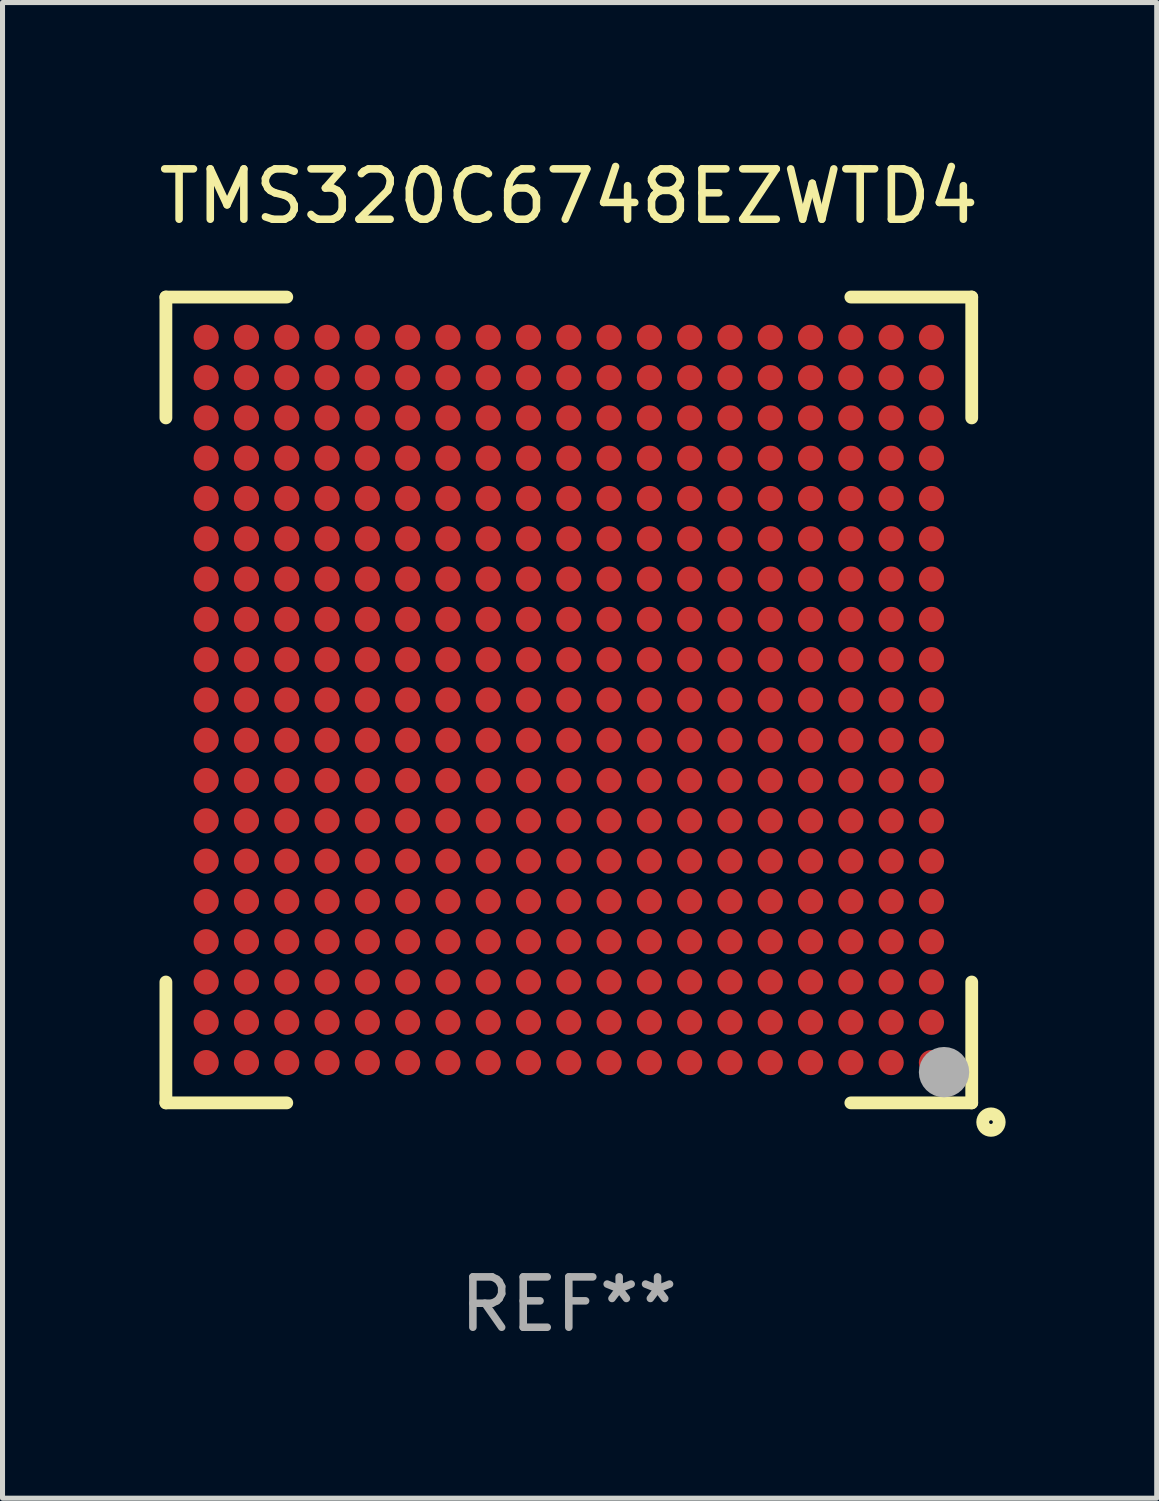
<source format=kicad_pcb>
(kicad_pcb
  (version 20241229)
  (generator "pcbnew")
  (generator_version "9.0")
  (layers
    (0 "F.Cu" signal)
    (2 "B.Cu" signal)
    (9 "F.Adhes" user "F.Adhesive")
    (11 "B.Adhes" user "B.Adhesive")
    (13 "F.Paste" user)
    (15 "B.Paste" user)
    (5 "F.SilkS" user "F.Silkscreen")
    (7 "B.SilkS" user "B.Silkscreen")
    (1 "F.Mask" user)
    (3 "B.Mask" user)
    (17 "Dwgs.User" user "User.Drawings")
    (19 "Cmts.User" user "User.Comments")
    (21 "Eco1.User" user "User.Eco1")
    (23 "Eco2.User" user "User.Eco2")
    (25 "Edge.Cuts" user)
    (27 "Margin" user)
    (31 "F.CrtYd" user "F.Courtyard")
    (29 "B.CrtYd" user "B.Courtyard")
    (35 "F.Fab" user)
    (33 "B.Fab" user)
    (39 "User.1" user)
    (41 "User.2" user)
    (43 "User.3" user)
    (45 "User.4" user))
  (footprint "TMS320C6748EZWTD4"
    (layer "F.Cu")
    (at 8.244 10.848)
    (property "Reference" "TMS320C6748EZWTD4" (at 0 -10 0) (layer "F.SilkS") (effects (font (size 1 1) (thickness 0.15))))
    (attr through_hole)
    (fp_line (start -8 -8) (end -5.6 -8) (stroke (width 0.254) (type solid)) (layer "F.SilkS"))
    (fp_line (start -8 -5.6) (end -8 -8) (stroke (width 0.254) (type solid)) (layer "F.SilkS"))
    (fp_line (start -8 8) (end -8 5.6) (stroke (width 0.254) (type solid)) (layer "F.SilkS"))
    (fp_line (start -5.6 8) (end -8 8) (stroke (width 0.254) (type solid)) (layer "F.SilkS"))
    (fp_line (start 5.6 -8) (end 8 -8) (stroke (width 0.254) (type solid)) (layer "F.SilkS"))
    (fp_line (start 8 -8) (end 8 -5.6) (stroke (width 0.254) (type solid)) (layer "F.SilkS"))
    (fp_line (start 8 5.6) (end 8 8) (stroke (width 0.254) (type solid)) (layer "F.SilkS"))
    (fp_line (start 8 8) (end 5.6 8) (stroke (width 0.254) (type solid)) (layer "F.SilkS"))
    (fp_circle (center 8 8) (end 8.03 8) (stroke (width 0.06) (type solid)) (fill no) (layer "F.SilkS"))
    (fp_circle (center 8.382 8.382) (end 8.546 8.382) (stroke (width 0.254) (type solid)) (fill no) (layer "F.SilkS"))
    (fp_circle (center 7.45 7.39) (end 7.7 7.39) (stroke (width 0.5) (type solid)) (fill no) (layer "F.Fab"))
    (fp_text user "REF**" (at 0 12 0) (layer "F.Fab") (effects (font (size 1 1) (thickness 0.15))))
    (pad "A1" smd circle (at 7.2 7.2) (size 0.5 0.5) (layers "F.Cu" "F.Mask" "F.Paste"))
    (pad "A2" smd circle (at 6.4 7.2) (size 0.5 0.5) (layers "F.Cu" "F.Mask" "F.Paste"))
    (pad "A3" smd circle (at 5.6 7.2) (size 0.5 0.5) (layers "F.Cu" "F.Mask" "F.Paste"))
    (pad "A4" smd circle (at 4.8 7.2) (size 0.5 0.5) (layers "F.Cu" "F.Mask" "F.Paste"))
    (pad "A5" smd circle (at 4 7.2) (size 0.5 0.5) (layers "F.Cu" "F.Mask" "F.Paste"))
    (pad "A6" smd circle (at 3.2 7.2) (size 0.5 0.5) (layers "F.Cu" "F.Mask" "F.Paste"))
    (pad "A7" smd circle (at 2.4 7.2) (size 0.5 0.5) (layers "F.Cu" "F.Mask" "F.Paste"))
    (pad "A8" smd circle (at 1.6 7.2) (size 0.5 0.5) (layers "F.Cu" "F.Mask" "F.Paste"))
    (pad "A9" smd circle (at 0.8 7.2) (size 0.5 0.5) (layers "F.Cu" "F.Mask" "F.Paste"))
    (pad "A10" smd circle (at 0.000102 7.2) (size 0.5 0.5) (layers "F.Cu" "F.Mask" "F.Paste"))
    (pad "A11" smd circle (at -0.8 7.2) (size 0.5 0.5) (layers "F.Cu" "F.Mask" "F.Paste"))
    (pad "A12" smd circle (at -1.6 7.2) (size 0.5 0.5) (layers "F.Cu" "F.Mask" "F.Paste"))
    (pad "A13" smd circle (at -2.4 7.2) (size 0.5 0.5) (layers "F.Cu" "F.Mask" "F.Paste"))
    (pad "A14" smd circle (at -3.2 7.2) (size 0.5 0.5) (layers "F.Cu" "F.Mask" "F.Paste"))
    (pad "A15" smd circle (at -4 7.2) (size 0.5 0.5) (layers "F.Cu" "F.Mask" "F.Paste"))
    (pad "A16" smd circle (at -4.8 7.2) (size 0.5 0.5) (layers "F.Cu" "F.Mask" "F.Paste"))
    (pad "A17" smd circle (at -5.6 7.2) (size 0.5 0.5) (layers "F.Cu" "F.Mask" "F.Paste"))
    (pad "A18" smd circle (at -6.4 7.2) (size 0.5 0.5) (layers "F.Cu" "F.Mask" "F.Paste"))
    (pad "A19" smd circle (at -7.2 7.2) (size 0.5 0.5) (layers "F.Cu" "F.Mask" "F.Paste"))
    (pad "B1" smd circle (at 7.2 6.4) (size 0.5 0.5) (layers "F.Cu" "F.Mask" "F.Paste"))
    (pad "B2" smd circle (at 6.4 6.4) (size 0.5 0.5) (layers "F.Cu" "F.Mask" "F.Paste"))
    (pad "B3" smd circle (at 5.6 6.4) (size 0.5 0.5) (layers "F.Cu" "F.Mask" "F.Paste"))
    (pad "B4" smd circle (at 4.8 6.4) (size 0.5 0.5) (layers "F.Cu" "F.Mask" "F.Paste"))
    (pad "B5" smd circle (at 4 6.4) (size 0.5 0.5) (layers "F.Cu" "F.Mask" "F.Paste"))
    (pad "B6" smd circle (at 3.2 6.4) (size 0.5 0.5) (layers "F.Cu" "F.Mask" "F.Paste"))
    (pad "B7" smd circle (at 2.4 6.4) (size 0.5 0.5) (layers "F.Cu" "F.Mask" "F.Paste"))
    (pad "B8" smd circle (at 1.6 6.4) (size 0.5 0.5) (layers "F.Cu" "F.Mask" "F.Paste"))
    (pad "B9" smd circle (at 0.8 6.4) (size 0.5 0.5) (layers "F.Cu" "F.Mask" "F.Paste"))
    (pad "B10" smd circle (at -0.000152 6.4) (size 0.5 0.5) (layers "F.Cu" "F.Mask" "F.Paste"))
    (pad "B11" smd circle (at -0.8 6.4) (size 0.5 0.5) (layers "F.Cu" "F.Mask" "F.Paste"))
    (pad "B12" smd circle (at -1.6 6.4) (size 0.5 0.5) (layers "F.Cu" "F.Mask" "F.Paste"))
    (pad "B13" smd circle (at -2.4 6.4) (size 0.5 0.5) (layers "F.Cu" "F.Mask" "F.Paste"))
    (pad "B14" smd circle (at -3.2 6.4) (size 0.5 0.5) (layers "F.Cu" "F.Mask" "F.Paste"))
    (pad "B15" smd circle (at -4 6.4) (size 0.5 0.5) (layers "F.Cu" "F.Mask" "F.Paste"))
    (pad "B16" smd circle (at -4.8 6.4) (size 0.5 0.5) (layers "F.Cu" "F.Mask" "F.Paste"))
    (pad "B17" smd circle (at -5.6 6.4) (size 0.5 0.5) (layers "F.Cu" "F.Mask" "F.Paste"))
    (pad "B18" smd circle (at -6.4 6.4) (size 0.5 0.5) (layers "F.Cu" "F.Mask" "F.Paste"))
    (pad "B19" smd circle (at -7.2 6.4) (size 0.5 0.5) (layers "F.Cu" "F.Mask" "F.Paste"))
    (pad "C1" smd circle (at 7.2 5.6) (size 0.5 0.5) (layers "F.Cu" "F.Mask" "F.Paste"))
    (pad "C2" smd circle (at 6.4 5.6) (size 0.5 0.5) (layers "F.Cu" "F.Mask" "F.Paste"))
    (pad "C3" smd circle (at 5.6 5.6) (size 0.5 0.5) (layers "F.Cu" "F.Mask" "F.Paste"))
    (pad "C4" smd circle (at 4.8 5.6) (size 0.5 0.5) (layers "F.Cu" "F.Mask" "F.Paste"))
    (pad "C5" smd circle (at 4 5.6) (size 0.5 0.5) (layers "F.Cu" "F.Mask" "F.Paste"))
    (pad "C6" smd circle (at 3.2 5.6) (size 0.5 0.5) (layers "F.Cu" "F.Mask" "F.Paste"))
    (pad "C7" smd circle (at 2.4 5.6) (size 0.5 0.5) (layers "F.Cu" "F.Mask" "F.Paste"))
    (pad "C8" smd circle (at 1.6 5.6) (size 0.5 0.5) (layers "F.Cu" "F.Mask" "F.Paste"))
    (pad "C9" smd circle (at 0.8 5.6) (size 0.5 0.5) (layers "F.Cu" "F.Mask" "F.Paste"))
    (pad "C10" smd circle (at 0.000102 5.6) (size 0.5 0.5) (layers "F.Cu" "F.Mask" "F.Paste"))
    (pad "C11" smd circle (at -0.8 5.6) (size 0.5 0.5) (layers "F.Cu" "F.Mask" "F.Paste"))
    (pad "C12" smd circle (at -1.6 5.6) (size 0.5 0.5) (layers "F.Cu" "F.Mask" "F.Paste"))
    (pad "C13" smd circle (at -2.4 5.6) (size 0.5 0.5) (layers "F.Cu" "F.Mask" "F.Paste"))
    (pad "C14" smd circle (at -3.2 5.6) (size 0.5 0.5) (layers "F.Cu" "F.Mask" "F.Paste"))
    (pad "C15" smd circle (at -4 5.6) (size 0.5 0.5) (layers "F.Cu" "F.Mask" "F.Paste"))
    (pad "C16" smd circle (at -4.8 5.6) (size 0.5 0.5) (layers "F.Cu" "F.Mask" "F.Paste"))
    (pad "C17" smd circle (at -5.6 5.6) (size 0.5 0.5) (layers "F.Cu" "F.Mask" "F.Paste"))
    (pad "C18" smd circle (at -6.4 5.6) (size 0.5 0.5) (layers "F.Cu" "F.Mask" "F.Paste"))
    (pad "C19" smd circle (at -7.2 5.6) (size 0.5 0.5) (layers "F.Cu" "F.Mask" "F.Paste"))
    (pad "D1" smd circle (at 7.2 4.8) (size 0.5 0.5) (layers "F.Cu" "F.Mask" "F.Paste"))
    (pad "D2" smd circle (at 6.4 4.8) (size 0.5 0.5) (layers "F.Cu" "F.Mask" "F.Paste"))
    (pad "D3" smd circle (at 5.6 4.8) (size 0.5 0.5) (layers "F.Cu" "F.Mask" "F.Paste"))
    (pad "D4" smd circle (at 4.8 4.8) (size 0.5 0.5) (layers "F.Cu" "F.Mask" "F.Paste"))
    (pad "D5" smd circle (at 4 4.8) (size 0.5 0.5) (layers "F.Cu" "F.Mask" "F.Paste"))
    (pad "D6" smd circle (at 3.2 4.8) (size 0.5 0.5) (layers "F.Cu" "F.Mask" "F.Paste"))
    (pad "D7" smd circle (at 2.4 4.8) (size 0.5 0.5) (layers "F.Cu" "F.Mask" "F.Paste"))
    (pad "D8" smd circle (at 1.6 4.8) (size 0.5 0.5) (layers "F.Cu" "F.Mask" "F.Paste"))
    (pad "D9" smd circle (at 0.8 4.8) (size 0.5 0.5) (layers "F.Cu" "F.Mask" "F.Paste"))
    (pad "D10" smd circle (at 0.000102 4.8) (size 0.5 0.5) (layers "F.Cu" "F.Mask" "F.Paste"))
    (pad "D11" smd circle (at -0.8 4.8) (size 0.5 0.5) (layers "F.Cu" "F.Mask" "F.Paste"))
    (pad "D12" smd circle (at -1.6 4.8) (size 0.5 0.5) (layers "F.Cu" "F.Mask" "F.Paste"))
    (pad "D13" smd circle (at -2.4 4.8) (size 0.5 0.5) (layers "F.Cu" "F.Mask" "F.Paste"))
    (pad "D14" smd circle (at -3.2 4.8) (size 0.5 0.5) (layers "F.Cu" "F.Mask" "F.Paste"))
    (pad "D15" smd circle (at -4 4.8) (size 0.5 0.5) (layers "F.Cu" "F.Mask" "F.Paste"))
    (pad "D16" smd circle (at -4.8 4.8) (size 0.5 0.5) (layers "F.Cu" "F.Mask" "F.Paste"))
    (pad "D17" smd circle (at -5.6 4.8) (size 0.5 0.5) (layers "F.Cu" "F.Mask" "F.Paste"))
    (pad "D18" smd circle (at -6.4 4.8) (size 0.5 0.5) (layers "F.Cu" "F.Mask" "F.Paste"))
    (pad "D19" smd circle (at -7.2 4.8) (size 0.5 0.5) (layers "F.Cu" "F.Mask" "F.Paste"))
    (pad "E1" smd circle (at 7.2 4) (size 0.5 0.5) (layers "F.Cu" "F.Mask" "F.Paste"))
    (pad "E2" smd circle (at 6.4 4) (size 0.5 0.5) (layers "F.Cu" "F.Mask" "F.Paste"))
    (pad "E3" smd circle (at 5.6 4) (size 0.5 0.5) (layers "F.Cu" "F.Mask" "F.Paste"))
    (pad "E4" smd circle (at 4.8 4) (size 0.5 0.5) (layers "F.Cu" "F.Mask" "F.Paste"))
    (pad "E5" smd circle (at 4 4) (size 0.5 0.5) (layers "F.Cu" "F.Mask" "F.Paste"))
    (pad "E6" smd circle (at 3.2 4) (size 0.5 0.5) (layers "F.Cu" "F.Mask" "F.Paste"))
    (pad "E7" smd circle (at 2.4 4) (size 0.5 0.5) (layers "F.Cu" "F.Mask" "F.Paste"))
    (pad "E8" smd circle (at 1.6 4) (size 0.5 0.5) (layers "F.Cu" "F.Mask" "F.Paste"))
    (pad "E9" smd circle (at 0.8 4) (size 0.5 0.5) (layers "F.Cu" "F.Mask" "F.Paste"))
    (pad "E10" smd circle (at 0.000102 4) (size 0.5 0.5) (layers "F.Cu" "F.Mask" "F.Paste"))
    (pad "E11" smd circle (at -0.8 4) (size 0.5 0.5) (layers "F.Cu" "F.Mask" "F.Paste"))
    (pad "E12" smd circle (at -1.6 4) (size 0.5 0.5) (layers "F.Cu" "F.Mask" "F.Paste"))
    (pad "E13" smd circle (at -2.4 4) (size 0.5 0.5) (layers "F.Cu" "F.Mask" "F.Paste"))
    (pad "E14" smd circle (at -3.2 4) (size 0.5 0.5) (layers "F.Cu" "F.Mask" "F.Paste"))
    (pad "E15" smd circle (at -4 4) (size 0.5 0.5) (layers "F.Cu" "F.Mask" "F.Paste"))
    (pad "E16" smd circle (at -4.8 4) (size 0.5 0.5) (layers "F.Cu" "F.Mask" "F.Paste"))
    (pad "E17" smd circle (at -5.6 4) (size 0.5 0.5) (layers "F.Cu" "F.Mask" "F.Paste"))
    (pad "E18" smd circle (at -6.4 4) (size 0.5 0.5) (layers "F.Cu" "F.Mask" "F.Paste"))
    (pad "E19" smd circle (at -7.2 4) (size 0.5 0.5) (layers "F.Cu" "F.Mask" "F.Paste"))
    (pad "F1" smd circle (at 7.2 3.2) (size 0.5 0.5) (layers "F.Cu" "F.Mask" "F.Paste"))
    (pad "F2" smd circle (at 6.4 3.2) (size 0.5 0.5) (layers "F.Cu" "F.Mask" "F.Paste"))
    (pad "F3" smd circle (at 5.6 3.2) (size 0.5 0.5) (layers "F.Cu" "F.Mask" "F.Paste"))
    (pad "F4" smd circle (at 4.8 3.2) (size 0.5 0.5) (layers "F.Cu" "F.Mask" "F.Paste"))
    (pad "F5" smd circle (at 4 3.2) (size 0.5 0.5) (layers "F.Cu" "F.Mask" "F.Paste"))
    (pad "F6" smd circle (at 3.2 3.2) (size 0.5 0.5) (layers "F.Cu" "F.Mask" "F.Paste"))
    (pad "F7" smd circle (at 2.4 3.2) (size 0.5 0.5) (layers "F.Cu" "F.Mask" "F.Paste"))
    (pad "F8" smd circle (at 1.6 3.2) (size 0.5 0.5) (layers "F.Cu" "F.Mask" "F.Paste"))
    (pad "F9" smd circle (at 0.8 3.2) (size 0.5 0.5) (layers "F.Cu" "F.Mask" "F.Paste"))
    (pad "F10" smd circle (at 0.000102 3.2) (size 0.5 0.5) (layers "F.Cu" "F.Mask" "F.Paste"))
    (pad "F11" smd circle (at -0.8 3.2) (size 0.5 0.5) (layers "F.Cu" "F.Mask" "F.Paste"))
    (pad "F12" smd circle (at -1.6 3.2) (size 0.5 0.5) (layers "F.Cu" "F.Mask" "F.Paste"))
    (pad "F13" smd circle (at -2.4 3.2) (size 0.5 0.5) (layers "F.Cu" "F.Mask" "F.Paste"))
    (pad "F14" smd circle (at -3.2 3.2) (size 0.5 0.5) (layers "F.Cu" "F.Mask" "F.Paste"))
    (pad "F15" smd circle (at -4 3.2) (size 0.5 0.5) (layers "F.Cu" "F.Mask" "F.Paste"))
    (pad "F16" smd circle (at -4.8 3.2) (size 0.5 0.5) (layers "F.Cu" "F.Mask" "F.Paste"))
    (pad "F17" smd circle (at -5.6 3.2) (size 0.5 0.5) (layers "F.Cu" "F.Mask" "F.Paste"))
    (pad "F18" smd circle (at -6.4 3.2) (size 0.5 0.5) (layers "F.Cu" "F.Mask" "F.Paste"))
    (pad "F19" smd circle (at -7.2 3.2) (size 0.5 0.5) (layers "F.Cu" "F.Mask" "F.Paste"))
    (pad "G1" smd circle (at 7.2 2.4) (size 0.5 0.5) (layers "F.Cu" "F.Mask" "F.Paste"))
    (pad "G2" smd circle (at 6.4 2.4) (size 0.5 0.5) (layers "F.Cu" "F.Mask" "F.Paste"))
    (pad "G3" smd circle (at 5.6 2.4) (size 0.5 0.5) (layers "F.Cu" "F.Mask" "F.Paste"))
    (pad "G4" smd circle (at 4.8 2.4) (size 0.5 0.5) (layers "F.Cu" "F.Mask" "F.Paste"))
    (pad "G5" smd circle (at 4 2.4) (size 0.5 0.5) (layers "F.Cu" "F.Mask" "F.Paste"))
    (pad "G6" smd circle (at 3.2 2.4) (size 0.5 0.5) (layers "F.Cu" "F.Mask" "F.Paste"))
    (pad "G7" smd circle (at 2.4 2.4) (size 0.5 0.5) (layers "F.Cu" "F.Mask" "F.Paste"))
    (pad "G8" smd circle (at 1.6 2.4) (size 0.5 0.5) (layers "F.Cu" "F.Mask" "F.Paste"))
    (pad "G9" smd circle (at 0.8 2.4) (size 0.5 0.5) (layers "F.Cu" "F.Mask" "F.Paste"))
    (pad "G10" smd circle (at 0.000102 2.4) (size 0.5 0.5) (layers "F.Cu" "F.Mask" "F.Paste"))
    (pad "G11" smd circle (at -0.8 2.4) (size 0.5 0.5) (layers "F.Cu" "F.Mask" "F.Paste"))
    (pad "G12" smd circle (at -1.6 2.4) (size 0.5 0.5) (layers "F.Cu" "F.Mask" "F.Paste"))
    (pad "G13" smd circle (at -2.4 2.4) (size 0.5 0.5) (layers "F.Cu" "F.Mask" "F.Paste"))
    (pad "G14" smd circle (at -3.2 2.4) (size 0.5 0.5) (layers "F.Cu" "F.Mask" "F.Paste"))
    (pad "G15" smd circle (at -4 2.4) (size 0.5 0.5) (layers "F.Cu" "F.Mask" "F.Paste"))
    (pad "G16" smd circle (at -4.8 2.4) (size 0.5 0.5) (layers "F.Cu" "F.Mask" "F.Paste"))
    (pad "G17" smd circle (at -5.6 2.4) (size 0.5 0.5) (layers "F.Cu" "F.Mask" "F.Paste"))
    (pad "G18" smd circle (at -6.4 2.4) (size 0.5 0.5) (layers "F.Cu" "F.Mask" "F.Paste"))
    (pad "G19" smd circle (at -7.2 2.4) (size 0.5 0.5) (layers "F.Cu" "F.Mask" "F.Paste"))
    (pad "H1" smd circle (at 7.2 1.6) (size 0.5 0.5) (layers "F.Cu" "F.Mask" "F.Paste"))
    (pad "H2" smd circle (at 6.4 1.6) (size 0.5 0.5) (layers "F.Cu" "F.Mask" "F.Paste"))
    (pad "H3" smd circle (at 5.6 1.6) (size 0.5 0.5) (layers "F.Cu" "F.Mask" "F.Paste"))
    (pad "H4" smd circle (at 4.8 1.6) (size 0.5 0.5) (layers "F.Cu" "F.Mask" "F.Paste"))
    (pad "H5" smd circle (at 4 1.6) (size 0.5 0.5) (layers "F.Cu" "F.Mask" "F.Paste"))
    (pad "H6" smd circle (at 3.2 1.6) (size 0.5 0.5) (layers "F.Cu" "F.Mask" "F.Paste"))
    (pad "H7" smd circle (at 2.4 1.6) (size 0.5 0.5) (layers "F.Cu" "F.Mask" "F.Paste"))
    (pad "H8" smd circle (at 1.6 1.6) (size 0.5 0.5) (layers "F.Cu" "F.Mask" "F.Paste"))
    (pad "H9" smd circle (at 0.8 1.6) (size 0.5 0.5) (layers "F.Cu" "F.Mask" "F.Paste"))
    (pad "H10" smd circle (at 0.000102 1.6) (size 0.5 0.5) (layers "F.Cu" "F.Mask" "F.Paste"))
    (pad "H11" smd circle (at -0.8 1.6) (size 0.5 0.5) (layers "F.Cu" "F.Mask" "F.Paste"))
    (pad "H12" smd circle (at -1.6 1.6) (size 0.5 0.5) (layers "F.Cu" "F.Mask" "F.Paste"))
    (pad "H13" smd circle (at -2.4 1.6) (size 0.5 0.5) (layers "F.Cu" "F.Mask" "F.Paste"))
    (pad "H14" smd circle (at -3.2 1.6) (size 0.5 0.5) (layers "F.Cu" "F.Mask" "F.Paste"))
    (pad "H15" smd circle (at -4 1.6) (size 0.5 0.5) (layers "F.Cu" "F.Mask" "F.Paste"))
    (pad "H16" smd circle (at -4.8 1.6) (size 0.5 0.5) (layers "F.Cu" "F.Mask" "F.Paste"))
    (pad "H17" smd circle (at -5.6 1.6) (size 0.5 0.5) (layers "F.Cu" "F.Mask" "F.Paste"))
    (pad "H18" smd circle (at -6.4 1.6) (size 0.5 0.5) (layers "F.Cu" "F.Mask" "F.Paste"))
    (pad "H19" smd circle (at -7.2 1.6) (size 0.5 0.5) (layers "F.Cu" "F.Mask" "F.Paste"))
    (pad "J1" smd circle (at 7.2 0.8) (size 0.5 0.5) (layers "F.Cu" "F.Mask" "F.Paste"))
    (pad "J2" smd circle (at 6.4 0.8) (size 0.5 0.5) (layers "F.Cu" "F.Mask" "F.Paste"))
    (pad "J3" smd circle (at 5.6 0.8) (size 0.5 0.5) (layers "F.Cu" "F.Mask" "F.Paste"))
    (pad "J4" smd circle (at 4.8 0.8) (size 0.5 0.5) (layers "F.Cu" "F.Mask" "F.Paste"))
    (pad "J5" smd circle (at 4 0.8) (size 0.5 0.5) (layers "F.Cu" "F.Mask" "F.Paste"))
    (pad "J6" smd circle (at 3.2 0.8) (size 0.5 0.5) (layers "F.Cu" "F.Mask" "F.Paste"))
    (pad "J7" smd circle (at 2.4 0.8) (size 0.5 0.5) (layers "F.Cu" "F.Mask" "F.Paste"))
    (pad "J8" smd circle (at 1.6 0.8) (size 0.5 0.5) (layers "F.Cu" "F.Mask" "F.Paste"))
    (pad "J9" smd circle (at 0.8 0.8) (size 0.5 0.5) (layers "F.Cu" "F.Mask" "F.Paste"))
    (pad "J10" smd circle (at 0.000102 0.8) (size 0.5 0.5) (layers "F.Cu" "F.Mask" "F.Paste"))
    (pad "J11" smd circle (at -0.8 0.8) (size 0.5 0.5) (layers "F.Cu" "F.Mask" "F.Paste"))
    (pad "J12" smd circle (at -1.6 0.8) (size 0.5 0.5) (layers "F.Cu" "F.Mask" "F.Paste"))
    (pad "J13" smd circle (at -2.4 0.8) (size 0.5 0.5) (layers "F.Cu" "F.Mask" "F.Paste"))
    (pad "J14" smd circle (at -3.2 0.8) (size 0.5 0.5) (layers "F.Cu" "F.Mask" "F.Paste"))
    (pad "J15" smd circle (at -4 0.8) (size 0.5 0.5) (layers "F.Cu" "F.Mask" "F.Paste"))
    (pad "J16" smd circle (at -4.8 0.8) (size 0.5 0.5) (layers "F.Cu" "F.Mask" "F.Paste"))
    (pad "J17" smd circle (at -5.6 0.8) (size 0.5 0.5) (layers "F.Cu" "F.Mask" "F.Paste"))
    (pad "J18" smd circle (at -6.4 0.8) (size 0.5 0.5) (layers "F.Cu" "F.Mask" "F.Paste"))
    (pad "J19" smd circle (at -7.2 0.8) (size 0.5 0.5) (layers "F.Cu" "F.Mask" "F.Paste"))
    (pad "K1" smd circle (at 7.2 0.000102) (size 0.5 0.5) (layers "F.Cu" "F.Mask" "F.Paste"))
    (pad "K2" smd circle (at 6.4 0.000102) (size 0.5 0.5) (layers "F.Cu" "F.Mask" "F.Paste"))
    (pad "K3" smd circle (at 5.6 0.000102) (size 0.5 0.5) (layers "F.Cu" "F.Mask" "F.Paste"))
    (pad "K4" smd circle (at 4.8 0.000102) (size 0.5 0.5) (layers "F.Cu" "F.Mask" "F.Paste"))
    (pad "K5" smd circle (at 4 0.000102) (size 0.5 0.5) (layers "F.Cu" "F.Mask" "F.Paste"))
    (pad "K6" smd circle (at 3.2 0.000102) (size 0.5 0.5) (layers "F.Cu" "F.Mask" "F.Paste"))
    (pad "K7" smd circle (at 2.4 0.000102) (size 0.5 0.5) (layers "F.Cu" "F.Mask" "F.Paste"))
    (pad "K8" smd circle (at 1.6 0.000102) (size 0.5 0.5) (layers "F.Cu" "F.Mask" "F.Paste"))
    (pad "K9" smd circle (at 0.8 0.000102) (size 0.5 0.5) (layers "F.Cu" "F.Mask" "F.Paste"))
    (pad "K10" smd circle (at 0.000102 0.000102) (size 0.5 0.5) (layers "F.Cu" "F.Mask" "F.Paste"))
    (pad "K11" smd circle (at -0.8 0.000102) (size 0.5 0.5) (layers "F.Cu" "F.Mask" "F.Paste"))
    (pad "K12" smd circle (at -1.6 0.000102) (size 0.5 0.5) (layers "F.Cu" "F.Mask" "F.Paste"))
    (pad "K13" smd circle (at -2.4 0.000102) (size 0.5 0.5) (layers "F.Cu" "F.Mask" "F.Paste"))
    (pad "K14" smd circle (at -3.2 0.000102) (size 0.5 0.5) (layers "F.Cu" "F.Mask" "F.Paste"))
    (pad "K15" smd circle (at -4 0.000102) (size 0.5 0.5) (layers "F.Cu" "F.Mask" "F.Paste"))
    (pad "K16" smd circle (at -4.8 0.000102) (size 0.5 0.5) (layers "F.Cu" "F.Mask" "F.Paste"))
    (pad "K17" smd circle (at -5.6 0.000102) (size 0.5 0.5) (layers "F.Cu" "F.Mask" "F.Paste"))
    (pad "K18" smd circle (at -6.4 0.000102) (size 0.5 0.5) (layers "F.Cu" "F.Mask" "F.Paste"))
    (pad "K19" smd circle (at -7.2 0.000102) (size 0.5 0.5) (layers "F.Cu" "F.Mask" "F.Paste"))
    (pad "L1" smd circle (at 7.2 -0.8) (size 0.5 0.5) (layers "F.Cu" "F.Mask" "F.Paste"))
    (pad "L2" smd circle (at 6.4 -0.8) (size 0.5 0.5) (layers "F.Cu" "F.Mask" "F.Paste"))
    (pad "L3" smd circle (at 5.6 -0.8) (size 0.5 0.5) (layers "F.Cu" "F.Mask" "F.Paste"))
    (pad "L4" smd circle (at 4.8 -0.8) (size 0.5 0.5) (layers "F.Cu" "F.Mask" "F.Paste"))
    (pad "L5" smd circle (at 4 -0.8) (size 0.5 0.5) (layers "F.Cu" "F.Mask" "F.Paste"))
    (pad "L6" smd circle (at 3.2 -0.8) (size 0.5 0.5) (layers "F.Cu" "F.Mask" "F.Paste"))
    (pad "L7" smd circle (at 2.4 -0.8) (size 0.5 0.5) (layers "F.Cu" "F.Mask" "F.Paste"))
    (pad "L8" smd circle (at 1.6 -0.8) (size 0.5 0.5) (layers "F.Cu" "F.Mask" "F.Paste"))
    (pad "L9" smd circle (at 0.8 -0.8) (size 0.5 0.5) (layers "F.Cu" "F.Mask" "F.Paste"))
    (pad "L10" smd circle (at 0.000102 -0.8) (size 0.5 0.5) (layers "F.Cu" "F.Mask" "F.Paste"))
    (pad "L11" smd circle (at -0.8 -0.8) (size 0.5 0.5) (layers "F.Cu" "F.Mask" "F.Paste"))
    (pad "L12" smd circle (at -1.6 -0.8) (size 0.5 0.5) (layers "F.Cu" "F.Mask" "F.Paste"))
    (pad "L13" smd circle (at -2.4 -0.8) (size 0.5 0.5) (layers "F.Cu" "F.Mask" "F.Paste"))
    (pad "L14" smd circle (at -3.2 -0.8) (size 0.5 0.5) (layers "F.Cu" "F.Mask" "F.Paste"))
    (pad "L15" smd circle (at -4 -0.8) (size 0.5 0.5) (layers "F.Cu" "F.Mask" "F.Paste"))
    (pad "L16" smd circle (at -4.8 -0.8) (size 0.5 0.5) (layers "F.Cu" "F.Mask" "F.Paste"))
    (pad "L17" smd circle (at -5.6 -0.8) (size 0.5 0.5) (layers "F.Cu" "F.Mask" "F.Paste"))
    (pad "L18" smd circle (at -6.4 -0.8) (size 0.5 0.5) (layers "F.Cu" "F.Mask" "F.Paste"))
    (pad "L19" smd circle (at -7.2 -0.8) (size 0.5 0.5) (layers "F.Cu" "F.Mask" "F.Paste"))
    (pad "M1" smd circle (at 7.2 -1.6) (size 0.5 0.5) (layers "F.Cu" "F.Mask" "F.Paste"))
    (pad "M2" smd circle (at 6.4 -1.6) (size 0.5 0.5) (layers "F.Cu" "F.Mask" "F.Paste"))
    (pad "M3" smd circle (at 5.6 -1.6) (size 0.5 0.5) (layers "F.Cu" "F.Mask" "F.Paste"))
    (pad "M4" smd circle (at 4.8 -1.6) (size 0.5 0.5) (layers "F.Cu" "F.Mask" "F.Paste"))
    (pad "M5" smd circle (at 4 -1.6) (size 0.5 0.5) (layers "F.Cu" "F.Mask" "F.Paste"))
    (pad "M6" smd circle (at 3.2 -1.6) (size 0.5 0.5) (layers "F.Cu" "F.Mask" "F.Paste"))
    (pad "M7" smd circle (at 2.4 -1.6) (size 0.5 0.5) (layers "F.Cu" "F.Mask" "F.Paste"))
    (pad "M8" smd circle (at 1.6 -1.6) (size 0.5 0.5) (layers "F.Cu" "F.Mask" "F.Paste"))
    (pad "M9" smd circle (at 0.8 -1.6) (size 0.5 0.5) (layers "F.Cu" "F.Mask" "F.Paste"))
    (pad "M10" smd circle (at 0.000102 -1.6) (size 0.5 0.5) (layers "F.Cu" "F.Mask" "F.Paste"))
    (pad "M11" smd circle (at -0.8 -1.6) (size 0.5 0.5) (layers "F.Cu" "F.Mask" "F.Paste"))
    (pad "M12" smd circle (at -1.6 -1.6) (size 0.5 0.5) (layers "F.Cu" "F.Mask" "F.Paste"))
    (pad "M13" smd circle (at -2.4 -1.6) (size 0.5 0.5) (layers "F.Cu" "F.Mask" "F.Paste"))
    (pad "M14" smd circle (at -3.2 -1.6) (size 0.5 0.5) (layers "F.Cu" "F.Mask" "F.Paste"))
    (pad "M15" smd circle (at -4 -1.6) (size 0.5 0.5) (layers "F.Cu" "F.Mask" "F.Paste"))
    (pad "M16" smd circle (at -4.8 -1.6) (size 0.5 0.5) (layers "F.Cu" "F.Mask" "F.Paste"))
    (pad "M17" smd circle (at -5.6 -1.6) (size 0.5 0.5) (layers "F.Cu" "F.Mask" "F.Paste"))
    (pad "M18" smd circle (at -6.4 -1.6) (size 0.5 0.5) (layers "F.Cu" "F.Mask" "F.Paste"))
    (pad "M19" smd circle (at -7.2 -1.6) (size 0.5 0.5) (layers "F.Cu" "F.Mask" "F.Paste"))
    (pad "N1" smd circle (at 7.2 -2.4) (size 0.5 0.5) (layers "F.Cu" "F.Mask" "F.Paste"))
    (pad "N2" smd circle (at 6.4 -2.4) (size 0.5 0.5) (layers "F.Cu" "F.Mask" "F.Paste"))
    (pad "N3" smd circle (at 5.6 -2.4) (size 0.5 0.5) (layers "F.Cu" "F.Mask" "F.Paste"))
    (pad "N4" smd circle (at 4.8 -2.4) (size 0.5 0.5) (layers "F.Cu" "F.Mask" "F.Paste"))
    (pad "N5" smd circle (at 4 -2.4) (size 0.5 0.5) (layers "F.Cu" "F.Mask" "F.Paste"))
    (pad "N6" smd circle (at 3.2 -2.4) (size 0.5 0.5) (layers "F.Cu" "F.Mask" "F.Paste"))
    (pad "N7" smd circle (at 2.4 -2.4) (size 0.5 0.5) (layers "F.Cu" "F.Mask" "F.Paste"))
    (pad "N8" smd circle (at 1.6 -2.4) (size 0.5 0.5) (layers "F.Cu" "F.Mask" "F.Paste"))
    (pad "N9" smd circle (at 0.8 -2.4) (size 0.5 0.5) (layers "F.Cu" "F.Mask" "F.Paste"))
    (pad "N10" smd circle (at 0.000102 -2.4) (size 0.5 0.5) (layers "F.Cu" "F.Mask" "F.Paste"))
    (pad "N11" smd circle (at -0.8 -2.4) (size 0.5 0.5) (layers "F.Cu" "F.Mask" "F.Paste"))
    (pad "N12" smd circle (at -1.6 -2.4) (size 0.5 0.5) (layers "F.Cu" "F.Mask" "F.Paste"))
    (pad "N13" smd circle (at -2.4 -2.4) (size 0.5 0.5) (layers "F.Cu" "F.Mask" "F.Paste"))
    (pad "N14" smd circle (at -3.2 -2.4) (size 0.5 0.5) (layers "F.Cu" "F.Mask" "F.Paste"))
    (pad "N15" smd circle (at -4 -2.4) (size 0.5 0.5) (layers "F.Cu" "F.Mask" "F.Paste"))
    (pad "N16" smd circle (at -4.8 -2.4) (size 0.5 0.5) (layers "F.Cu" "F.Mask" "F.Paste"))
    (pad "N17" smd circle (at -5.6 -2.4) (size 0.5 0.5) (layers "F.Cu" "F.Mask" "F.Paste"))
    (pad "N18" smd circle (at -6.4 -2.4) (size 0.5 0.5) (layers "F.Cu" "F.Mask" "F.Paste"))
    (pad "N19" smd circle (at -7.2 -2.4) (size 0.5 0.5) (layers "F.Cu" "F.Mask" "F.Paste"))
    (pad "P1" smd circle (at 7.2 -3.2) (size 0.5 0.5) (layers "F.Cu" "F.Mask" "F.Paste"))
    (pad "P2" smd circle (at 6.4 -3.2) (size 0.5 0.5) (layers "F.Cu" "F.Mask" "F.Paste"))
    (pad "P3" smd circle (at 5.6 -3.2) (size 0.5 0.5) (layers "F.Cu" "F.Mask" "F.Paste"))
    (pad "P4" smd circle (at 4.8 -3.2) (size 0.5 0.5) (layers "F.Cu" "F.Mask" "F.Paste"))
    (pad "P5" smd circle (at 4 -3.2) (size 0.5 0.5) (layers "F.Cu" "F.Mask" "F.Paste"))
    (pad "P6" smd circle (at 3.2 -3.2) (size 0.5 0.5) (layers "F.Cu" "F.Mask" "F.Paste"))
    (pad "P7" smd circle (at 2.4 -3.2) (size 0.5 0.5) (layers "F.Cu" "F.Mask" "F.Paste"))
    (pad "P8" smd circle (at 1.6 -3.2) (size 0.5 0.5) (layers "F.Cu" "F.Mask" "F.Paste"))
    (pad "P9" smd circle (at 0.8 -3.2) (size 0.5 0.5) (layers "F.Cu" "F.Mask" "F.Paste"))
    (pad "P10" smd circle (at 0.000102 -3.2) (size 0.5 0.5) (layers "F.Cu" "F.Mask" "F.Paste"))
    (pad "P11" smd circle (at -0.8 -3.2) (size 0.5 0.5) (layers "F.Cu" "F.Mask" "F.Paste"))
    (pad "P12" smd circle (at -1.6 -3.2) (size 0.5 0.5) (layers "F.Cu" "F.Mask" "F.Paste"))
    (pad "P13" smd circle (at -2.4 -3.2) (size 0.5 0.5) (layers "F.Cu" "F.Mask" "F.Paste"))
    (pad "P14" smd circle (at -3.2 -3.2) (size 0.5 0.5) (layers "F.Cu" "F.Mask" "F.Paste"))
    (pad "P15" smd circle (at -4 -3.2) (size 0.5 0.5) (layers "F.Cu" "F.Mask" "F.Paste"))
    (pad "P16" smd circle (at -4.8 -3.2) (size 0.5 0.5) (layers "F.Cu" "F.Mask" "F.Paste"))
    (pad "P17" smd circle (at -5.6 -3.2) (size 0.5 0.5) (layers "F.Cu" "F.Mask" "F.Paste"))
    (pad "P18" smd circle (at -6.4 -3.2) (size 0.5 0.5) (layers "F.Cu" "F.Mask" "F.Paste"))
    (pad "P19" smd circle (at -7.2 -3.2) (size 0.5 0.5) (layers "F.Cu" "F.Mask" "F.Paste"))
    (pad "R1" smd circle (at 7.2 -4) (size 0.5 0.5) (layers "F.Cu" "F.Mask" "F.Paste"))
    (pad "R2" smd circle (at 6.4 -4) (size 0.5 0.5) (layers "F.Cu" "F.Mask" "F.Paste"))
    (pad "R3" smd circle (at 5.6 -4) (size 0.5 0.5) (layers "F.Cu" "F.Mask" "F.Paste"))
    (pad "R4" smd circle (at 4.8 -4) (size 0.5 0.5) (layers "F.Cu" "F.Mask" "F.Paste"))
    (pad "R5" smd circle (at 4 -4) (size 0.5 0.5) (layers "F.Cu" "F.Mask" "F.Paste"))
    (pad "R6" smd circle (at 3.2 -4) (size 0.5 0.5) (layers "F.Cu" "F.Mask" "F.Paste"))
    (pad "R7" smd circle (at 2.4 -4) (size 0.5 0.5) (layers "F.Cu" "F.Mask" "F.Paste"))
    (pad "R8" smd circle (at 1.6 -4) (size 0.5 0.5) (layers "F.Cu" "F.Mask" "F.Paste"))
    (pad "R9" smd circle (at 0.8 -4) (size 0.5 0.5) (layers "F.Cu" "F.Mask" "F.Paste"))
    (pad "R10" smd circle (at 0.000102 -4) (size 0.5 0.5) (layers "F.Cu" "F.Mask" "F.Paste"))
    (pad "R11" smd circle (at -0.8 -4) (size 0.5 0.5) (layers "F.Cu" "F.Mask" "F.Paste"))
    (pad "R12" smd circle (at -1.6 -4) (size 0.5 0.5) (layers "F.Cu" "F.Mask" "F.Paste"))
    (pad "R13" smd circle (at -2.4 -4) (size 0.5 0.5) (layers "F.Cu" "F.Mask" "F.Paste"))
    (pad "R14" smd circle (at -3.2 -4) (size 0.5 0.5) (layers "F.Cu" "F.Mask" "F.Paste"))
    (pad "R15" smd circle (at -4 -4) (size 0.5 0.5) (layers "F.Cu" "F.Mask" "F.Paste"))
    (pad "R16" smd circle (at -4.8 -4) (size 0.5 0.5) (layers "F.Cu" "F.Mask" "F.Paste"))
    (pad "R17" smd circle (at -5.6 -4) (size 0.5 0.5) (layers "F.Cu" "F.Mask" "F.Paste"))
    (pad "R18" smd circle (at -6.4 -4) (size 0.5 0.5) (layers "F.Cu" "F.Mask" "F.Paste"))
    (pad "R19" smd circle (at -7.2 -4) (size 0.5 0.5) (layers "F.Cu" "F.Mask" "F.Paste"))
    (pad "T1" smd circle (at 7.2 -4.8) (size 0.5 0.5) (layers "F.Cu" "F.Mask" "F.Paste"))
    (pad "T2" smd circle (at 6.4 -4.8) (size 0.5 0.5) (layers "F.Cu" "F.Mask" "F.Paste"))
    (pad "T3" smd circle (at 5.6 -4.8) (size 0.5 0.5) (layers "F.Cu" "F.Mask" "F.Paste"))
    (pad "T4" smd circle (at 4.8 -4.8) (size 0.5 0.5) (layers "F.Cu" "F.Mask" "F.Paste"))
    (pad "T5" smd circle (at 4 -4.8) (size 0.5 0.5) (layers "F.Cu" "F.Mask" "F.Paste"))
    (pad "T6" smd circle (at 3.2 -4.8) (size 0.5 0.5) (layers "F.Cu" "F.Mask" "F.Paste"))
    (pad "T7" smd circle (at 2.4 -4.8) (size 0.5 0.5) (layers "F.Cu" "F.Mask" "F.Paste"))
    (pad "T8" smd circle (at 1.6 -4.8) (size 0.5 0.5) (layers "F.Cu" "F.Mask" "F.Paste"))
    (pad "T9" smd circle (at 0.8 -4.8) (size 0.5 0.5) (layers "F.Cu" "F.Mask" "F.Paste"))
    (pad "T10" smd circle (at 0.000102 -4.8) (size 0.5 0.5) (layers "F.Cu" "F.Mask" "F.Paste"))
    (pad "T11" smd circle (at -0.8 -4.8) (size 0.5 0.5) (layers "F.Cu" "F.Mask" "F.Paste"))
    (pad "T12" smd circle (at -1.6 -4.8) (size 0.5 0.5) (layers "F.Cu" "F.Mask" "F.Paste"))
    (pad "T13" smd circle (at -2.4 -4.8) (size 0.5 0.5) (layers "F.Cu" "F.Mask" "F.Paste"))
    (pad "T14" smd circle (at -3.2 -4.8) (size 0.5 0.5) (layers "F.Cu" "F.Mask" "F.Paste"))
    (pad "T15" smd circle (at -4 -4.8) (size 0.5 0.5) (layers "F.Cu" "F.Mask" "F.Paste"))
    (pad "T16" smd circle (at -4.8 -4.8) (size 0.5 0.5) (layers "F.Cu" "F.Mask" "F.Paste"))
    (pad "T17" smd circle (at -5.6 -4.8) (size 0.5 0.5) (layers "F.Cu" "F.Mask" "F.Paste"))
    (pad "T18" smd circle (at -6.4 -4.8) (size 0.5 0.5) (layers "F.Cu" "F.Mask" "F.Paste"))
    (pad "T19" smd circle (at -7.2 -4.8) (size 0.5 0.5) (layers "F.Cu" "F.Mask" "F.Paste"))
    (pad "U1" smd circle (at 7.2 -5.6) (size 0.5 0.5) (layers "F.Cu" "F.Mask" "F.Paste"))
    (pad "U2" smd circle (at 6.4 -5.6) (size 0.5 0.5) (layers "F.Cu" "F.Mask" "F.Paste"))
    (pad "U3" smd circle (at 5.6 -5.6) (size 0.5 0.5) (layers "F.Cu" "F.Mask" "F.Paste"))
    (pad "U4" smd circle (at 4.8 -5.6) (size 0.5 0.5) (layers "F.Cu" "F.Mask" "F.Paste"))
    (pad "U5" smd circle (at 4 -5.6) (size 0.5 0.5) (layers "F.Cu" "F.Mask" "F.Paste"))
    (pad "U6" smd circle (at 3.2 -5.6) (size 0.5 0.5) (layers "F.Cu" "F.Mask" "F.Paste"))
    (pad "U7" smd circle (at 2.4 -5.6) (size 0.5 0.5) (layers "F.Cu" "F.Mask" "F.Paste"))
    (pad "U8" smd circle (at 1.6 -5.6) (size 0.5 0.5) (layers "F.Cu" "F.Mask" "F.Paste"))
    (pad "U9" smd circle (at 0.8 -5.6) (size 0.5 0.5) (layers "F.Cu" "F.Mask" "F.Paste"))
    (pad "U10" smd circle (at 0.000102 -5.6) (size 0.5 0.5) (layers "F.Cu" "F.Mask" "F.Paste"))
    (pad "U11" smd circle (at -0.8 -5.6) (size 0.5 0.5) (layers "F.Cu" "F.Mask" "F.Paste"))
    (pad "U12" smd circle (at -1.6 -5.6) (size 0.5 0.5) (layers "F.Cu" "F.Mask" "F.Paste"))
    (pad "U13" smd circle (at -2.4 -5.6) (size 0.5 0.5) (layers "F.Cu" "F.Mask" "F.Paste"))
    (pad "U14" smd circle (at -3.2 -5.6) (size 0.5 0.5) (layers "F.Cu" "F.Mask" "F.Paste"))
    (pad "U15" smd circle (at -4 -5.6) (size 0.5 0.5) (layers "F.Cu" "F.Mask" "F.Paste"))
    (pad "U16" smd circle (at -4.8 -5.6) (size 0.5 0.5) (layers "F.Cu" "F.Mask" "F.Paste"))
    (pad "U17" smd circle (at -5.6 -5.6) (size 0.5 0.5) (layers "F.Cu" "F.Mask" "F.Paste"))
    (pad "U18" smd circle (at -6.4 -5.6) (size 0.5 0.5) (layers "F.Cu" "F.Mask" "F.Paste"))
    (pad "U19" smd circle (at -7.2 -5.6) (size 0.5 0.5) (layers "F.Cu" "F.Mask" "F.Paste"))
    (pad "V1" smd circle (at 7.2 -6.4) (size 0.5 0.5) (layers "F.Cu" "F.Mask" "F.Paste"))
    (pad "V2" smd circle (at 6.4 -6.4) (size 0.5 0.5) (layers "F.Cu" "F.Mask" "F.Paste"))
    (pad "V3" smd circle (at 5.6 -6.4) (size 0.5 0.5) (layers "F.Cu" "F.Mask" "F.Paste"))
    (pad "V4" smd circle (at 4.8 -6.4) (size 0.5 0.5) (layers "F.Cu" "F.Mask" "F.Paste"))
    (pad "V5" smd circle (at 4 -6.4) (size 0.5 0.5) (layers "F.Cu" "F.Mask" "F.Paste"))
    (pad "V6" smd circle (at 3.2 -6.4) (size 0.5 0.5) (layers "F.Cu" "F.Mask" "F.Paste"))
    (pad "V7" smd circle (at 2.4 -6.4) (size 0.5 0.5) (layers "F.Cu" "F.Mask" "F.Paste"))
    (pad "V8" smd circle (at 1.6 -6.4) (size 0.5 0.5) (layers "F.Cu" "F.Mask" "F.Paste"))
    (pad "V9" smd circle (at 0.8 -6.4) (size 0.5 0.5) (layers "F.Cu" "F.Mask" "F.Paste"))
    (pad "V10" smd circle (at 0.000102 -6.4) (size 0.5 0.5) (layers "F.Cu" "F.Mask" "F.Paste"))
    (pad "V11" smd circle (at -0.8 -6.4) (size 0.5 0.5) (layers "F.Cu" "F.Mask" "F.Paste"))
    (pad "V12" smd circle (at -1.6 -6.4) (size 0.5 0.5) (layers "F.Cu" "F.Mask" "F.Paste"))
    (pad "V13" smd circle (at -2.4 -6.4) (size 0.5 0.5) (layers "F.Cu" "F.Mask" "F.Paste"))
    (pad "V14" smd circle (at -3.2 -6.4) (size 0.5 0.5) (layers "F.Cu" "F.Mask" "F.Paste"))
    (pad "V15" smd circle (at -4 -6.4) (size 0.5 0.5) (layers "F.Cu" "F.Mask" "F.Paste"))
    (pad "V16" smd circle (at -4.8 -6.4) (size 0.5 0.5) (layers "F.Cu" "F.Mask" "F.Paste"))
    (pad "V17" smd circle (at -5.6 -6.4) (size 0.5 0.5) (layers "F.Cu" "F.Mask" "F.Paste"))
    (pad "V18" smd circle (at -6.4 -6.4) (size 0.5 0.5) (layers "F.Cu" "F.Mask" "F.Paste"))
    (pad "V19" smd circle (at -7.2 -6.4) (size 0.5 0.5) (layers "F.Cu" "F.Mask" "F.Paste"))
    (pad "W1" smd circle (at 7.2 -7.2) (size 0.5 0.5) (layers "F.Cu" "F.Mask" "F.Paste"))
    (pad "W2" smd circle (at 6.4 -7.2) (size 0.5 0.5) (layers "F.Cu" "F.Mask" "F.Paste"))
    (pad "W3" smd circle (at 5.6 -7.2) (size 0.5 0.5) (layers "F.Cu" "F.Mask" "F.Paste"))
    (pad "W4" smd circle (at 4.8 -7.2) (size 0.5 0.5) (layers "F.Cu" "F.Mask" "F.Paste"))
    (pad "W5" smd circle (at 4 -7.2) (size 0.5 0.5) (layers "F.Cu" "F.Mask" "F.Paste"))
    (pad "W6" smd circle (at 3.2 -7.2) (size 0.5 0.5) (layers "F.Cu" "F.Mask" "F.Paste"))
    (pad "W7" smd circle (at 2.4 -7.2) (size 0.5 0.5) (layers "F.Cu" "F.Mask" "F.Paste"))
    (pad "W8" smd circle (at 1.6 -7.2) (size 0.5 0.5) (layers "F.Cu" "F.Mask" "F.Paste"))
    (pad "W9" smd circle (at 0.8 -7.2) (size 0.5 0.5) (layers "F.Cu" "F.Mask" "F.Paste"))
    (pad "W10" smd circle (at 0.000102 -7.2) (size 0.5 0.5) (layers "F.Cu" "F.Mask" "F.Paste"))
    (pad "W11" smd circle (at -0.8 -7.2) (size 0.5 0.5) (layers "F.Cu" "F.Mask" "F.Paste"))
    (pad "W12" smd circle (at -1.6 -7.2) (size 0.5 0.5) (layers "F.Cu" "F.Mask" "F.Paste"))
    (pad "W13" smd circle (at -2.4 -7.2) (size 0.5 0.5) (layers "F.Cu" "F.Mask" "F.Paste"))
    (pad "W14" smd circle (at -3.2 -7.2) (size 0.5 0.5) (layers "F.Cu" "F.Mask" "F.Paste"))
    (pad "W15" smd circle (at -4 -7.2) (size 0.5 0.5) (layers "F.Cu" "F.Mask" "F.Paste"))
    (pad "W16" smd circle (at -4.8 -7.2) (size 0.5 0.5) (layers "F.Cu" "F.Mask" "F.Paste"))
    (pad "W17" smd circle (at -5.6 -7.2) (size 0.5 0.5) (layers "F.Cu" "F.Mask" "F.Paste"))
    (pad "W18" smd circle (at -6.4 -7.2) (size 0.5 0.5) (layers "F.Cu" "F.Mask" "F.Paste"))
    (pad "W19" smd circle (at -7.2 -7.2) (size 0.5 0.5) (layers "F.Cu" "F.Mask" "F.Paste")))
  (gr_rect
    (start -3 -3)
    (end 19.917 26.697)
    (stroke (width 0.1) (type default))
    (fill no)
    (layer "Edge.Cuts")))
</source>
